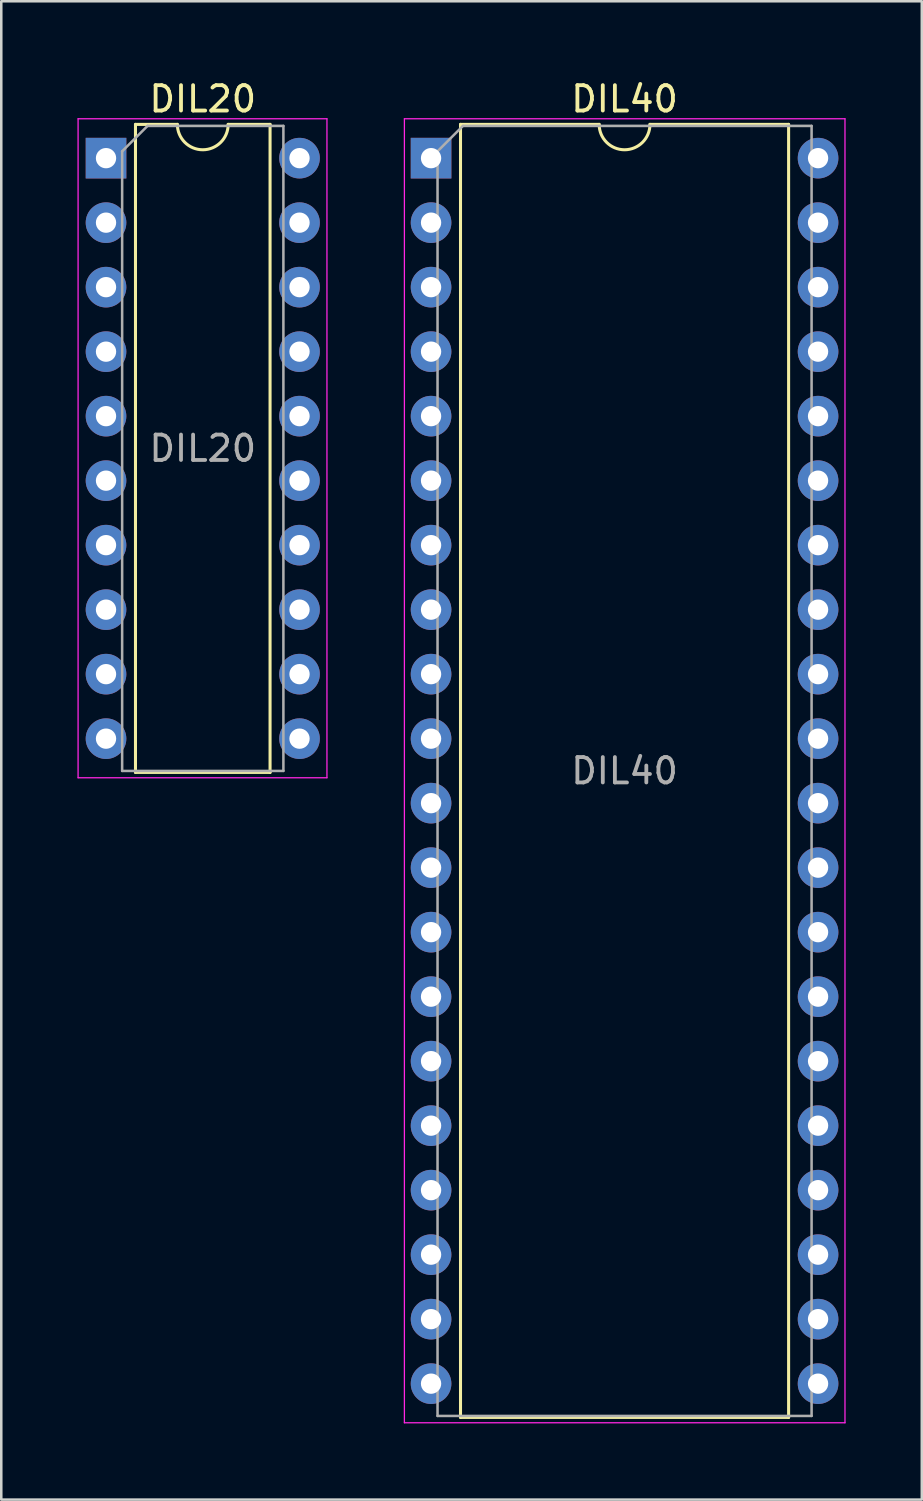
<source format=kicad_pcb>
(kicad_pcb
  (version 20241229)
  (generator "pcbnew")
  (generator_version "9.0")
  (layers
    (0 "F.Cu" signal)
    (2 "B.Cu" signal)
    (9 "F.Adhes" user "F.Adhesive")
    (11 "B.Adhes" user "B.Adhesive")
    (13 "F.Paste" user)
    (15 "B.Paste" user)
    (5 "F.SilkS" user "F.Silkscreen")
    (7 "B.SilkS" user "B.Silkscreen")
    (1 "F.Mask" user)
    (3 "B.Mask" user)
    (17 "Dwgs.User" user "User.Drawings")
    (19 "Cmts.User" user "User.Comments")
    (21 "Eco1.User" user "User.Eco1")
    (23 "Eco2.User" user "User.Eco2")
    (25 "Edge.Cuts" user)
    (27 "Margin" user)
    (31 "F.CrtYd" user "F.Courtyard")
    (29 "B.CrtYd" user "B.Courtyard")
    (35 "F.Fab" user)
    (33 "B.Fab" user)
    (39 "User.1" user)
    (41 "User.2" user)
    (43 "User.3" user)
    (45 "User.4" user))
  (footprint "DIL40"
    (layer "F.Cu")
    (at 13.925 3.178)
    (property "Reference" "DIL40" (at 7.62 -2.33 0) (layer "F.SilkS") (effects (font (size 1 1) (thickness 0.15))))
    (attr through_hole)
    (fp_line (start 1.16 -1.33) (end 1.16 49.59) (stroke (width 0.12) (type solid)) (layer "F.SilkS"))
    (fp_line (start 1.16 49.59) (end 14.08 49.59) (stroke (width 0.12) (type solid)) (layer "F.SilkS"))
    (fp_line (start 6.62 -1.33) (end 1.16 -1.33) (stroke (width 0.12) (type solid)) (layer "F.SilkS"))
    (fp_line (start 14.08 -1.33) (end 8.62 -1.33) (stroke (width 0.12) (type solid)) (layer "F.SilkS"))
    (fp_line (start 14.08 49.59) (end 14.08 -1.33) (stroke (width 0.12) (type solid)) (layer "F.SilkS"))
    (fp_arc (start 8.62 -1.33) (mid 7.62 -0.33) (end 6.62 -1.33) (stroke (width 0.12) (type solid)) (layer "F.SilkS"))
    (fp_line (start -1.05 -1.55) (end -1.05 49.8) (stroke (width 0.05) (type solid)) (layer "F.CrtYd"))
    (fp_line (start -1.05 49.8) (end 16.3 49.8) (stroke (width 0.05) (type solid)) (layer "F.CrtYd"))
    (fp_line (start 16.3 -1.55) (end -1.05 -1.55) (stroke (width 0.05) (type solid)) (layer "F.CrtYd"))
    (fp_line (start 16.3 49.8) (end 16.3 -1.55) (stroke (width 0.05) (type solid)) (layer "F.CrtYd"))
    (fp_line (start 0.255 -0.27) (end 1.255 -1.27) (stroke (width 0.1) (type solid)) (layer "F.Fab"))
    (fp_line (start 0.255 49.53) (end 0.255 -0.27) (stroke (width 0.1) (type solid)) (layer "F.Fab"))
    (fp_line (start 1.255 -1.27) (end 14.985 -1.27) (stroke (width 0.1) (type solid)) (layer "F.Fab"))
    (fp_line (start 14.985 -1.27) (end 14.985 49.53) (stroke (width 0.1) (type solid)) (layer "F.Fab"))
    (fp_line (start 14.985 49.53) (end 0.255 49.53) (stroke (width 0.1) (type solid)) (layer "F.Fab"))
    (fp_text user "${REFERENCE}" (at 7.62 24.13 0) (layer "F.Fab") (effects (font (size 1 1) (thickness 0.15))))
    (pad "1" thru_hole rect (at 0 0) (size 1.6 1.6) (drill 0.8) (layers "*.Cu" "*.Mask"))
    (pad "2" thru_hole oval (at 0 2.54) (size 1.6 1.6) (drill 0.8) (layers "*.Cu" "*.Mask"))
    (pad "3" thru_hole oval (at 0 5.08) (size 1.6 1.6) (drill 0.8) (layers "*.Cu" "*.Mask"))
    (pad "4" thru_hole oval (at 0 7.62) (size 1.6 1.6) (drill 0.8) (layers "*.Cu" "*.Mask"))
    (pad "5" thru_hole oval (at 0 10.16) (size 1.6 1.6) (drill 0.8) (layers "*.Cu" "*.Mask"))
    (pad "6" thru_hole oval (at 0 12.7) (size 1.6 1.6) (drill 0.8) (layers "*.Cu" "*.Mask"))
    (pad "7" thru_hole oval (at 0 15.24) (size 1.6 1.6) (drill 0.8) (layers "*.Cu" "*.Mask"))
    (pad "8" thru_hole oval (at 0 17.78) (size 1.6 1.6) (drill 0.8) (layers "*.Cu" "*.Mask"))
    (pad "9" thru_hole oval (at 0 20.32) (size 1.6 1.6) (drill 0.8) (layers "*.Cu" "*.Mask"))
    (pad "10" thru_hole oval (at 0 22.86) (size 1.6 1.6) (drill 0.8) (layers "*.Cu" "*.Mask"))
    (pad "11" thru_hole oval (at 0 25.4) (size 1.6 1.6) (drill 0.8) (layers "*.Cu" "*.Mask"))
    (pad "12" thru_hole oval (at 0 27.94) (size 1.6 1.6) (drill 0.8) (layers "*.Cu" "*.Mask"))
    (pad "13" thru_hole oval (at 0 30.48) (size 1.6 1.6) (drill 0.8) (layers "*.Cu" "*.Mask"))
    (pad "14" thru_hole oval (at 0 33.02) (size 1.6 1.6) (drill 0.8) (layers "*.Cu" "*.Mask"))
    (pad "15" thru_hole oval (at 0 35.56) (size 1.6 1.6) (drill 0.8) (layers "*.Cu" "*.Mask"))
    (pad "16" thru_hole oval (at 0 38.1) (size 1.6 1.6) (drill 0.8) (layers "*.Cu" "*.Mask"))
    (pad "17" thru_hole oval (at 0 40.64) (size 1.6 1.6) (drill 0.8) (layers "*.Cu" "*.Mask"))
    (pad "18" thru_hole oval (at 0 43.18) (size 1.6 1.6) (drill 0.8) (layers "*.Cu" "*.Mask"))
    (pad "19" thru_hole oval (at 0 45.72) (size 1.6 1.6) (drill 0.8) (layers "*.Cu" "*.Mask"))
    (pad "20" thru_hole oval (at 0 48.26) (size 1.6 1.6) (drill 0.8) (layers "*.Cu" "*.Mask"))
    (pad "21" thru_hole oval (at 15.24 48.26) (size 1.6 1.6) (drill 0.8) (layers "*.Cu" "*.Mask"))
    (pad "22" thru_hole oval (at 15.24 45.72) (size 1.6 1.6) (drill 0.8) (layers "*.Cu" "*.Mask"))
    (pad "23" thru_hole oval (at 15.24 43.18) (size 1.6 1.6) (drill 0.8) (layers "*.Cu" "*.Mask"))
    (pad "24" thru_hole oval (at 15.24 40.64) (size 1.6 1.6) (drill 0.8) (layers "*.Cu" "*.Mask"))
    (pad "25" thru_hole oval (at 15.24 38.1) (size 1.6 1.6) (drill 0.8) (layers "*.Cu" "*.Mask"))
    (pad "26" thru_hole oval (at 15.24 35.56) (size 1.6 1.6) (drill 0.8) (layers "*.Cu" "*.Mask"))
    (pad "27" thru_hole oval (at 15.24 33.02) (size 1.6 1.6) (drill 0.8) (layers "*.Cu" "*.Mask"))
    (pad "28" thru_hole oval (at 15.24 30.48) (size 1.6 1.6) (drill 0.8) (layers "*.Cu" "*.Mask"))
    (pad "29" thru_hole oval (at 15.24 27.94) (size 1.6 1.6) (drill 0.8) (layers "*.Cu" "*.Mask"))
    (pad "30" thru_hole oval (at 15.24 25.4) (size 1.6 1.6) (drill 0.8) (layers "*.Cu" "*.Mask"))
    (pad "31" thru_hole oval (at 15.24 22.86) (size 1.6 1.6) (drill 0.8) (layers "*.Cu" "*.Mask"))
    (pad "32" thru_hole oval (at 15.24 20.32) (size 1.6 1.6) (drill 0.8) (layers "*.Cu" "*.Mask"))
    (pad "33" thru_hole oval (at 15.24 17.78) (size 1.6 1.6) (drill 0.8) (layers "*.Cu" "*.Mask"))
    (pad "34" thru_hole oval (at 15.24 15.24) (size 1.6 1.6) (drill 0.8) (layers "*.Cu" "*.Mask"))
    (pad "35" thru_hole oval (at 15.24 12.7) (size 1.6 1.6) (drill 0.8) (layers "*.Cu" "*.Mask"))
    (pad "36" thru_hole oval (at 15.24 10.16) (size 1.6 1.6) (drill 0.8) (layers "*.Cu" "*.Mask"))
    (pad "37" thru_hole oval (at 15.24 7.62) (size 1.6 1.6) (drill 0.8) (layers "*.Cu" "*.Mask"))
    (pad "38" thru_hole oval (at 15.24 5.08) (size 1.6 1.6) (drill 0.8) (layers "*.Cu" "*.Mask"))
    (pad "39" thru_hole oval (at 15.24 2.54) (size 1.6 1.6) (drill 0.8) (layers "*.Cu" "*.Mask"))
    (pad "40" thru_hole oval (at 15.24 0) (size 1.6 1.6) (drill 0.8) (layers "*.Cu" "*.Mask")))
  (footprint "DIL20"
    (layer "F.Cu")
    (at 1.125 3.178)
    (property "Reference" "DIL20" (at 3.81 -2.33 0) (layer "F.SilkS") (effects (font (size 1 1) (thickness 0.15))))
    (attr through_hole)
    (fp_line (start 1.16 -1.33) (end 1.16 24.19) (stroke (width 0.12) (type solid)) (layer "F.SilkS"))
    (fp_line (start 1.16 24.19) (end 6.46 24.19) (stroke (width 0.12) (type solid)) (layer "F.SilkS"))
    (fp_line (start 2.81 -1.33) (end 1.16 -1.33) (stroke (width 0.12) (type solid)) (layer "F.SilkS"))
    (fp_line (start 6.46 -1.33) (end 4.81 -1.33) (stroke (width 0.12) (type solid)) (layer "F.SilkS"))
    (fp_line (start 6.46 24.19) (end 6.46 -1.33) (stroke (width 0.12) (type solid)) (layer "F.SilkS"))
    (fp_arc (start 4.81 -1.33) (mid 3.81 -0.33) (end 2.81 -1.33) (stroke (width 0.12) (type solid)) (layer "F.SilkS"))
    (fp_line (start -1.1 -1.55) (end -1.1 24.4) (stroke (width 0.05) (type solid)) (layer "F.CrtYd"))
    (fp_line (start -1.1 24.4) (end 8.7 24.4) (stroke (width 0.05) (type solid)) (layer "F.CrtYd"))
    (fp_line (start 8.7 -1.55) (end -1.1 -1.55) (stroke (width 0.05) (type solid)) (layer "F.CrtYd"))
    (fp_line (start 8.7 24.4) (end 8.7 -1.55) (stroke (width 0.05) (type solid)) (layer "F.CrtYd"))
    (fp_line (start 0.635 -0.27) (end 1.635 -1.27) (stroke (width 0.1) (type solid)) (layer "F.Fab"))
    (fp_line (start 0.635 24.13) (end 0.635 -0.27) (stroke (width 0.1) (type solid)) (layer "F.Fab"))
    (fp_line (start 1.635 -1.27) (end 6.985 -1.27) (stroke (width 0.1) (type solid)) (layer "F.Fab"))
    (fp_line (start 6.985 -1.27) (end 6.985 24.13) (stroke (width 0.1) (type solid)) (layer "F.Fab"))
    (fp_line (start 6.985 24.13) (end 0.635 24.13) (stroke (width 0.1) (type solid)) (layer "F.Fab"))
    (fp_text user "${REFERENCE}" (at 3.81 11.43 0) (layer "F.Fab") (effects (font (size 1 1) (thickness 0.15))))
    (pad "1" thru_hole rect (at 0 0) (size 1.6 1.6) (drill 0.8) (layers "*.Cu" "*.Mask"))
    (pad "2" thru_hole oval (at 0 2.54) (size 1.6 1.6) (drill 0.8) (layers "*.Cu" "*.Mask"))
    (pad "3" thru_hole oval (at 0 5.08) (size 1.6 1.6) (drill 0.8) (layers "*.Cu" "*.Mask"))
    (pad "4" thru_hole oval (at 0 7.62) (size 1.6 1.6) (drill 0.8) (layers "*.Cu" "*.Mask"))
    (pad "5" thru_hole oval (at 0 10.16) (size 1.6 1.6) (drill 0.8) (layers "*.Cu" "*.Mask"))
    (pad "6" thru_hole oval (at 0 12.7) (size 1.6 1.6) (drill 0.8) (layers "*.Cu" "*.Mask"))
    (pad "7" thru_hole oval (at 0 15.24) (size 1.6 1.6) (drill 0.8) (layers "*.Cu" "*.Mask"))
    (pad "8" thru_hole oval (at 0 17.78) (size 1.6 1.6) (drill 0.8) (layers "*.Cu" "*.Mask"))
    (pad "9" thru_hole oval (at 0 20.32) (size 1.6 1.6) (drill 0.8) (layers "*.Cu" "*.Mask"))
    (pad "10" thru_hole oval (at 0 22.86) (size 1.6 1.6) (drill 0.8) (layers "*.Cu" "*.Mask"))
    (pad "11" thru_hole oval (at 7.62 22.86) (size 1.6 1.6) (drill 0.8) (layers "*.Cu" "*.Mask"))
    (pad "12" thru_hole oval (at 7.62 20.32) (size 1.6 1.6) (drill 0.8) (layers "*.Cu" "*.Mask"))
    (pad "13" thru_hole oval (at 7.62 17.78) (size 1.6 1.6) (drill 0.8) (layers "*.Cu" "*.Mask"))
    (pad "14" thru_hole oval (at 7.62 15.24) (size 1.6 1.6) (drill 0.8) (layers "*.Cu" "*.Mask"))
    (pad "15" thru_hole oval (at 7.62 12.7) (size 1.6 1.6) (drill 0.8) (layers "*.Cu" "*.Mask"))
    (pad "16" thru_hole oval (at 7.62 10.16) (size 1.6 1.6) (drill 0.8) (layers "*.Cu" "*.Mask"))
    (pad "17" thru_hole oval (at 7.62 7.62) (size 1.6 1.6) (drill 0.8) (layers "*.Cu" "*.Mask"))
    (pad "18" thru_hole oval (at 7.62 5.08) (size 1.6 1.6) (drill 0.8) (layers "*.Cu" "*.Mask"))
    (pad "19" thru_hole oval (at 7.62 2.54) (size 1.6 1.6) (drill 0.8) (layers "*.Cu" "*.Mask"))
    (pad "20" thru_hole oval (at 7.62 0) (size 1.6 1.6) (drill 0.8) (layers "*.Cu" "*.Mask")))
  (gr_rect
    (start -3 -3)
    (end 33.25 56.003)
    (stroke (width 0.1) (type default))
    (fill no)
    (layer "Edge.Cuts")))
</source>
